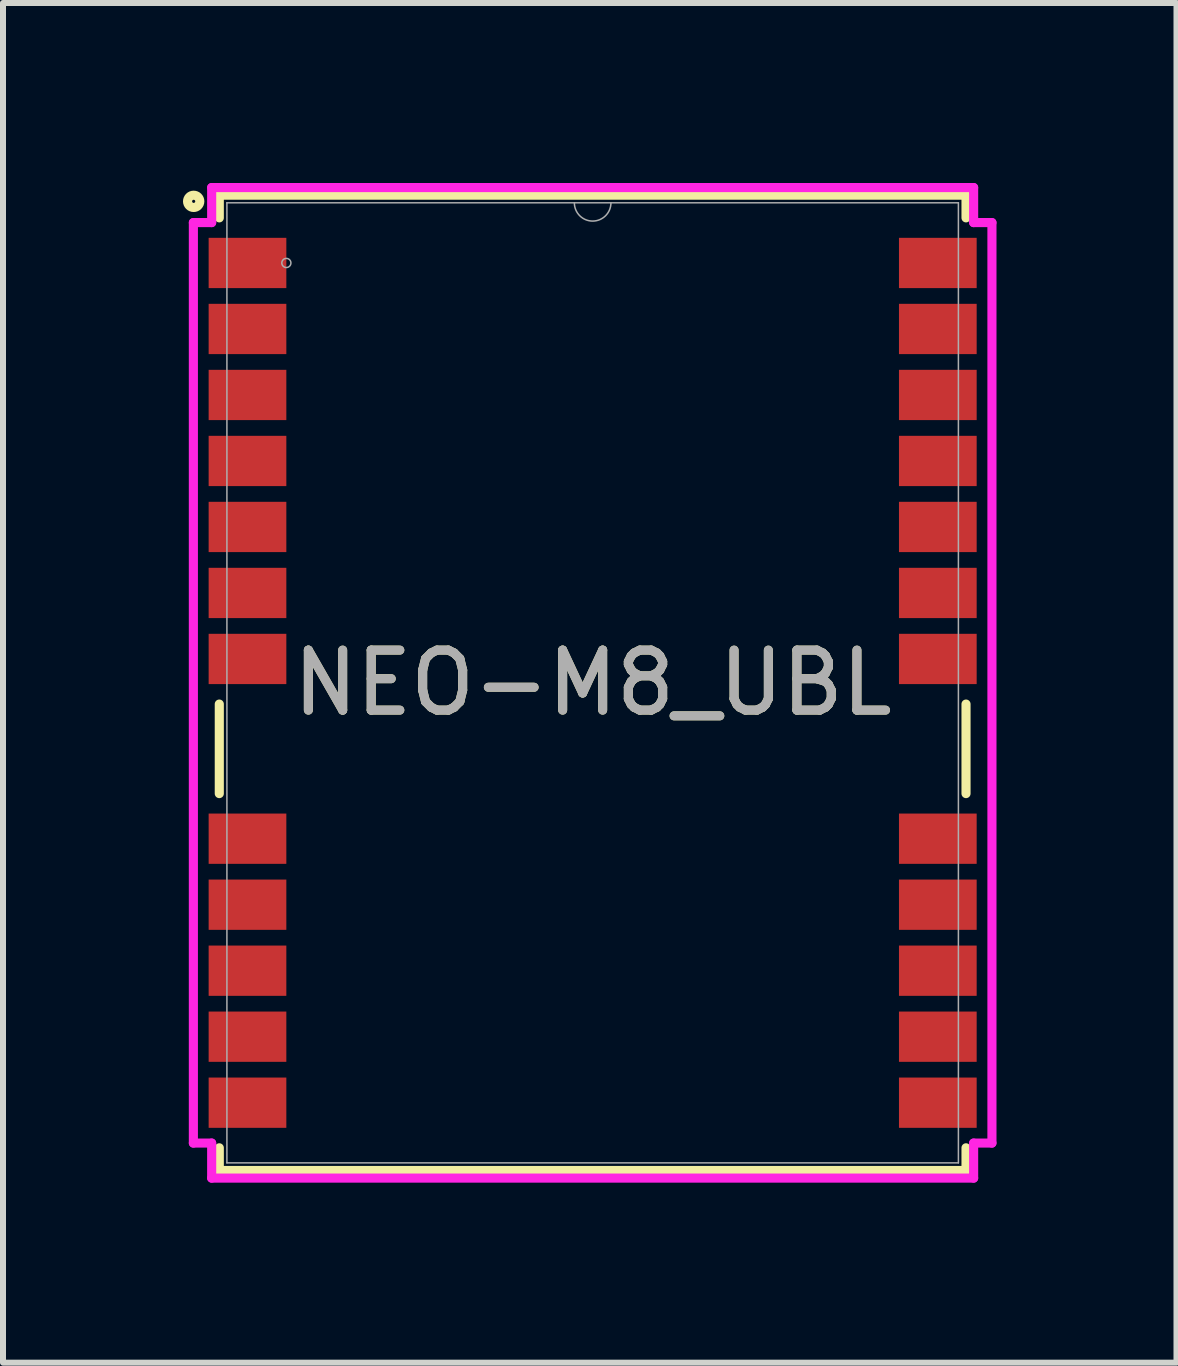
<source format=kicad_pcb>
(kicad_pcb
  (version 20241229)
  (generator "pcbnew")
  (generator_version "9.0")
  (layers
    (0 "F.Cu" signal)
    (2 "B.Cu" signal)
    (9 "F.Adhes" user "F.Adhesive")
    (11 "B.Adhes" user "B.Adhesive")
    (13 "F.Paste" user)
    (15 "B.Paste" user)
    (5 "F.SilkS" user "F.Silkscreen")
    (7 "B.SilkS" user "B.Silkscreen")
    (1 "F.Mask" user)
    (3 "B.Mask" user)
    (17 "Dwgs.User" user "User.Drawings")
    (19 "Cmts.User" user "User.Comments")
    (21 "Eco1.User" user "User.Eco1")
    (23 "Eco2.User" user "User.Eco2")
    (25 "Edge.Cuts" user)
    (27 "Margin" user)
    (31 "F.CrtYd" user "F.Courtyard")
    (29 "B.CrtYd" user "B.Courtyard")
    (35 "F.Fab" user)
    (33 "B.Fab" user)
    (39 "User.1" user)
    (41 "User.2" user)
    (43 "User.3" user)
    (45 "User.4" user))
  (footprint "NEO-M8_UBL"
    (layer "F.Cu")
    (at 6.828 8.331)
    (property "Reference" "NEO-M8_UBL" (at 0 0 0) (unlocked yes) (layer "F.SilkS") (effects (font (size 1 1) (thickness 0.15))))
    (attr smd)
    (fp_line (start -6.223 -8.128) (end -6.223 -7.75) (stroke (width 0.152) (type solid)) (layer "F.SilkS"))
    (fp_line (start -6.223 0.354) (end -6.223 1.846) (stroke (width 0.152) (type solid)) (layer "F.SilkS"))
    (fp_line (start -6.223 7.75) (end -6.223 8.128) (stroke (width 0.152) (type solid)) (layer "F.SilkS"))
    (fp_line (start -6.223 8.128) (end 6.223 8.128) (stroke (width 0.152) (type solid)) (layer "F.SilkS"))
    (fp_line (start 6.223 -8.128) (end -6.223 -8.128) (stroke (width 0.152) (type solid)) (layer "F.SilkS"))
    (fp_line (start 6.223 -7.75) (end 6.223 -8.128) (stroke (width 0.152) (type solid)) (layer "F.SilkS"))
    (fp_line (start 6.223 1.846) (end 6.223 0.354) (stroke (width 0.152) (type solid)) (layer "F.SilkS"))
    (fp_line (start 6.223 8.128) (end 6.223 7.75) (stroke (width 0.152) (type solid)) (layer "F.SilkS"))
    (fp_circle (center -6.65 -8.025) (end -6.548 -8.025) (stroke (width 0.152) (type solid)) (fill no) (layer "F.SilkS"))
    (fp_line (start -6.655 -7.671) (end -6.35 -7.671) (stroke (width 0.152) (type solid)) (layer "F.CrtYd"))
    (fp_line (start -6.655 7.671) (end -6.655 -7.671) (stroke (width 0.152) (type solid)) (layer "F.CrtYd"))
    (fp_line (start -6.655 7.671) (end -6.35 7.671) (stroke (width 0.152) (type solid)) (layer "F.CrtYd"))
    (fp_line (start -6.35 -8.255) (end 6.35 -8.255) (stroke (width 0.152) (type solid)) (layer "F.CrtYd"))
    (fp_line (start -6.35 -7.671) (end -6.35 -8.255) (stroke (width 0.152) (type solid)) (layer "F.CrtYd"))
    (fp_line (start -6.35 8.255) (end -6.35 7.671) (stroke (width 0.152) (type solid)) (layer "F.CrtYd"))
    (fp_line (start 6.35 -8.255) (end 6.35 -7.671) (stroke (width 0.152) (type solid)) (layer "F.CrtYd"))
    (fp_line (start 6.35 7.671) (end 6.35 8.255) (stroke (width 0.152) (type solid)) (layer "F.CrtYd"))
    (fp_line (start 6.35 8.255) (end -6.35 8.255) (stroke (width 0.152) (type solid)) (layer "F.CrtYd"))
    (fp_line (start 6.655 -7.671) (end 6.35 -7.671) (stroke (width 0.152) (type solid)) (layer "F.CrtYd"))
    (fp_line (start 6.655 -7.671) (end 6.655 7.671) (stroke (width 0.152) (type solid)) (layer "F.CrtYd"))
    (fp_line (start 6.655 7.671) (end 6.35 7.671) (stroke (width 0.152) (type solid)) (layer "F.CrtYd"))
    (fp_line (start -6.096 -8.001) (end -6.096 8.001) (stroke (width 0.025) (type solid)) (layer "F.Fab"))
    (fp_line (start -6.096 8.001) (end 6.096 8.001) (stroke (width 0.025) (type solid)) (layer "F.Fab"))
    (fp_line (start 6.096 -8.001) (end -6.096 -8.001) (stroke (width 0.025) (type solid)) (layer "F.Fab"))
    (fp_line (start 6.096 8.001) (end 6.096 -8.001) (stroke (width 0.025) (type solid)) (layer "F.Fab"))
    (fp_arc (start 0.3048 -8.001) (mid 0 -7.6962) (end -0.3048 -8.001) (stroke (width 0.0254) (type solid)) (layer "F.Fab"))
    (fp_circle (center -5.105 -6.998) (end -5.029 -6.998) (stroke (width 0.025) (type solid)) (fill no) (layer "F.Fab"))
    (fp_text user "${REFERENCE}" (at 0 0 0) (unlocked yes) (layer "F.Fab") (effects (font (size 1 1) (thickness 0.15))))
    (pad "1" smd rect (at -5.753 -6.998) (size 1.295 0.838) (layers "F.Cu" "F.Mask" "F.Paste"))
    (pad "2" smd rect (at -5.753 -5.898) (size 1.295 0.838) (layers "F.Cu" "F.Mask" "F.Paste"))
    (pad "3" smd rect (at -5.753 -4.798) (size 1.295 0.838) (layers "F.Cu" "F.Mask" "F.Paste"))
    (pad "4" smd rect (at -5.753 -3.698) (size 1.295 0.838) (layers "F.Cu" "F.Mask" "F.Paste"))
    (pad "5" smd rect (at -5.753 -2.598) (size 1.295 0.838) (layers "F.Cu" "F.Mask" "F.Paste"))
    (pad "6" smd rect (at -5.753 -1.498) (size 1.295 0.838) (layers "F.Cu" "F.Mask" "F.Paste"))
    (pad "7" smd rect (at -5.753 -0.398) (size 1.295 0.838) (layers "F.Cu" "F.Mask" "F.Paste"))
    (pad "8" smd rect (at -5.753 2.598) (size 1.295 0.838) (layers "F.Cu" "F.Mask" "F.Paste"))
    (pad "9" smd rect (at -5.753 3.698) (size 1.295 0.838) (layers "F.Cu" "F.Mask" "F.Paste"))
    (pad "10" smd rect (at -5.753 4.798) (size 1.295 0.838) (layers "F.Cu" "F.Mask" "F.Paste"))
    (pad "11" smd rect (at -5.753 5.898) (size 1.295 0.838) (layers "F.Cu" "F.Mask" "F.Paste"))
    (pad "12" smd rect (at -5.753 6.998) (size 1.295 0.838) (layers "F.Cu" "F.Mask" "F.Paste"))
    (pad "13" smd rect (at 5.753 6.998) (size 1.295 0.838) (layers "F.Cu" "F.Mask" "F.Paste"))
    (pad "14" smd rect (at 5.753 5.898) (size 1.295 0.838) (layers "F.Cu" "F.Mask" "F.Paste"))
    (pad "15" smd rect (at 5.753 4.798) (size 1.295 0.838) (layers "F.Cu" "F.Mask" "F.Paste"))
    (pad "16" smd rect (at 5.753 3.698) (size 1.295 0.838) (layers "F.Cu" "F.Mask" "F.Paste"))
    (pad "17" smd rect (at 5.753 2.598) (size 1.295 0.838) (layers "F.Cu" "F.Mask" "F.Paste"))
    (pad "18" smd rect (at 5.753 -0.398) (size 1.295 0.838) (layers "F.Cu" "F.Mask" "F.Paste"))
    (pad "19" smd rect (at 5.753 -1.498) (size 1.295 0.838) (layers "F.Cu" "F.Mask" "F.Paste"))
    (pad "20" smd rect (at 5.753 -2.598) (size 1.295 0.838) (layers "F.Cu" "F.Mask" "F.Paste"))
    (pad "21" smd rect (at 5.753 -3.698) (size 1.295 0.838) (layers "F.Cu" "F.Mask" "F.Paste"))
    (pad "22" smd rect (at 5.753 -4.798) (size 1.295 0.838) (layers "F.Cu" "F.Mask" "F.Paste"))
    (pad "23" smd rect (at 5.753 -5.898) (size 1.295 0.838) (layers "F.Cu" "F.Mask" "F.Paste"))
    (pad "24" smd rect (at 5.753 -6.998) (size 1.295 0.838) (layers "F.Cu" "F.Mask" "F.Paste")))
  (gr_rect
    (start -3 -3)
    (end 16.559 19.662)
    (stroke (width 0.1) (type default))
    (fill no)
    (layer "Edge.Cuts")))
</source>
